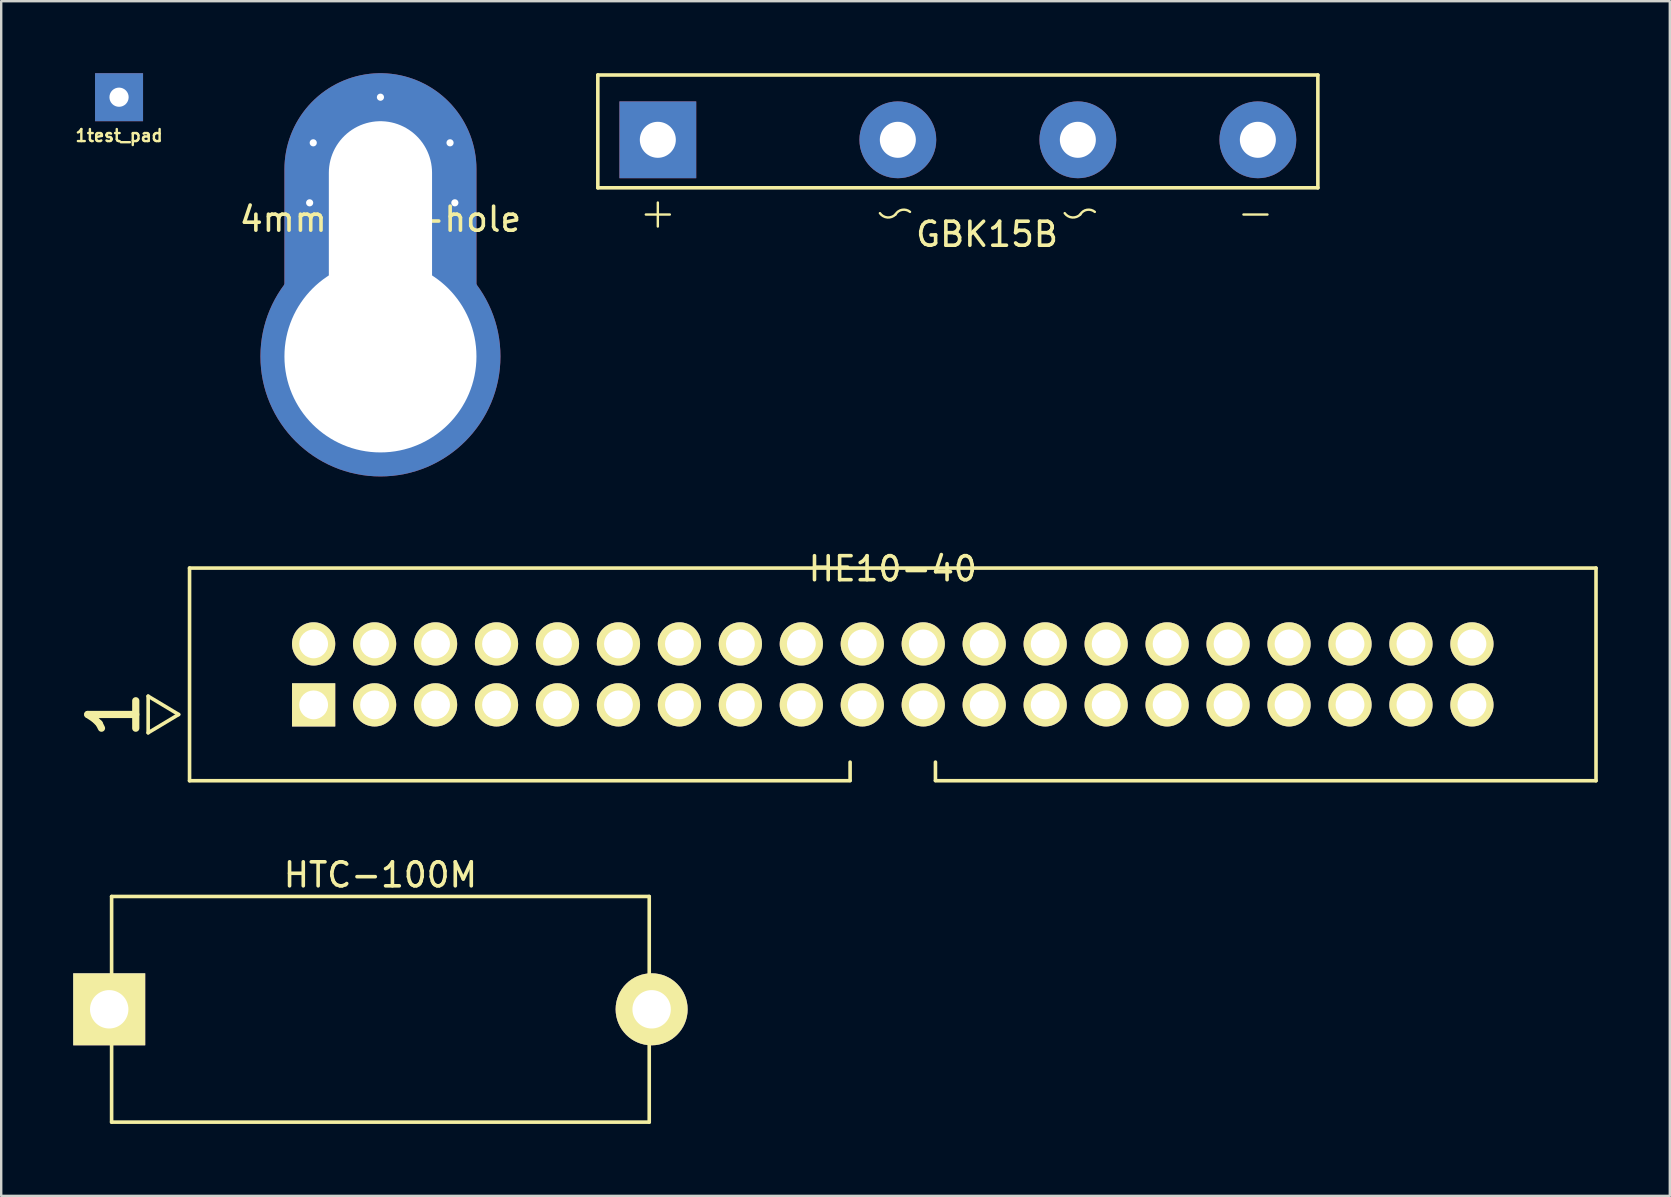
<source format=kicad_pcb>
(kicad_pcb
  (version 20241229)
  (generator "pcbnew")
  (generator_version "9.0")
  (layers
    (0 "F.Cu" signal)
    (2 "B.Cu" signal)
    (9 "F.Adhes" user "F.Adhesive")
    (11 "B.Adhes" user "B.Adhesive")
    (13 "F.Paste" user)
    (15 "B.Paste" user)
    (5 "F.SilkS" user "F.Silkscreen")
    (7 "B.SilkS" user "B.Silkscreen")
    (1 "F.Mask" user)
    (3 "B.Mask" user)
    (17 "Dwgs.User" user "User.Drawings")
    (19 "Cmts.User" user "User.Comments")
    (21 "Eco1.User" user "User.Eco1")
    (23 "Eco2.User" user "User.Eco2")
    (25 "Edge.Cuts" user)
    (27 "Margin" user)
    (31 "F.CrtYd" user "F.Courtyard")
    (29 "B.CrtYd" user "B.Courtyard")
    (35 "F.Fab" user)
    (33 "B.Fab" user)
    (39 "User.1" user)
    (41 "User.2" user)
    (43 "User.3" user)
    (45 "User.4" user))
  (footprint "GBK15B"
    (layer "F.Cu")
    (at 24.358 2.775)
    (property "Reference" "GBK15B" (at 13.716 3.937 0) (layer "F.SilkS") (effects (font (size 1 1) (thickness 0.15))))
    (attr through_hole)
    (fp_line (start -2.5 -2.7) (end -2.5 2) (stroke (width 0.15) (type solid)) (layer "F.SilkS"))
    (fp_line (start -2.5 -2.7) (end 27.5 -2.7) (stroke (width 0.15) (type solid)) (layer "F.SilkS"))
    (fp_line (start -2.5 2) (end 27.5 2) (stroke (width 0.15) (type solid)) (layer "F.SilkS"))
    (fp_line (start -0.5 3.113) (end 0.5 3.113) (stroke (width 0.1) (type solid)) (layer "F.SilkS"))
    (fp_line (start 0 2.613) (end 0 3.613) (stroke (width 0.1) (type solid)) (layer "F.SilkS"))
    (fp_line (start 24.4 3.113) (end 25.4 3.113) (stroke (width 0.1) (type solid)) (layer "F.SilkS"))
    (fp_line (start 27.5 -2.7) (end 27.5 2) (stroke (width 0.15) (type solid)) (layer "F.SilkS"))
    (fp_arc (start 9.9 3.113) (mid 9.563023 3.23565) (end 9.252463 3.056348) (stroke (width 0.1) (type solid)) (layer "F.SilkS"))
    (fp_arc (start 9.9 3.113) (mid 10.178233 2.916327) (end 10.507738 3.003047) (stroke (width 0.1) (type solid)) (layer "F.SilkS"))
    (fp_arc (start 17.6 3.113) (mid 17.263023 3.23565) (end 16.952463 3.056348) (stroke (width 0.1) (type solid)) (layer "F.SilkS"))
    (fp_arc (start 17.6 3.113) (mid 17.878233 2.916327) (end 18.207738 3.003047) (stroke (width 0.1) (type solid)) (layer "F.SilkS"))
    (pad "1" thru_hole rect (at 0 0) (size 3.2 3.2) (drill 1.5) (layers "*.Cu" "*.Mask"))
    (pad "2" thru_hole circle (at 10 0) (size 3.2 3.2) (drill 1.5) (layers "*.Cu" "*.Mask"))
    (pad "3" thru_hole circle (at 17.5 0) (size 3.2 3.2) (drill 1.5) (layers "*.Cu" "*.Mask"))
    (pad "4" thru_hole circle (at 25 0) (size 3.2 3.2) (drill 1.5) (layers "*.Cu" "*.Mask")))
  (footprint "HE10-40"
    (layer "F.Cu")
    (at 34.147 25.048)
    (property "Reference" "HE10-40" (at 0 -4.4 0) (layer "F.SilkS") (effects (font (size 1 1) (thickness 0.15))))
    (attr through_hole)
    (fp_line (start -31.024 0.908) (end -31.024 2.432) (stroke (width 0.15) (type solid)) (layer "F.SilkS"))
    (fp_line (start -31.024 2.432) (end -29.754 1.67) (stroke (width 0.15) (type solid)) (layer "F.SilkS"))
    (fp_line (start -29.754 1.67) (end -31.024 0.908) (stroke (width 0.15) (type solid)) (layer "F.SilkS"))
    (fp_line (start -29.3 -4.43) (end 29.3 -4.43) (stroke (width 0.15) (type solid)) (layer "F.SilkS"))
    (fp_line (start -29.3 4.43) (end -29.3 -4.43) (stroke (width 0.15) (type solid)) (layer "F.SilkS"))
    (fp_line (start -1.778 4.418) (end -1.778 3.656) (stroke (width 0.15) (type solid)) (layer "F.SilkS"))
    (fp_line (start -1.778 4.43) (end -29.3 4.43) (stroke (width 0.15) (type solid)) (layer "F.SilkS"))
    (fp_line (start 1.778 3.656) (end 1.778 4.418) (stroke (width 0.15) (type solid)) (layer "F.SilkS"))
    (fp_line (start 29.3 -4.43) (end 29.3 4.43) (stroke (width 0.15) (type solid)) (layer "F.SilkS"))
    (fp_line (start 29.3 4.43) (end 1.778 4.43) (stroke (width 0.15) (type solid)) (layer "F.SilkS"))
    (fp_text user "1" (at -32.45 1.67 90) (layer "F.SilkS") (effects (font (size 2 2) (thickness 0.3))))
    (pad "1" thru_hole rect (at -24.13 1.27) (size 1.8 1.8) (drill 1.2) (layers "*.Cu" "*.Mask" "F.SilkS"))
    (pad "2" thru_hole circle (at -24.13 -1.27) (size 1.8 1.8) (drill 1.2) (layers "*.Cu" "*.Mask" "F.SilkS"))
    (pad "3" thru_hole circle (at -21.59 1.27) (size 1.8 1.8) (drill 1.2) (layers "*.Cu" "*.Mask" "F.SilkS"))
    (pad "4" thru_hole circle (at -21.59 -1.27) (size 1.8 1.8) (drill 1.2) (layers "*.Cu" "*.Mask" "F.SilkS"))
    (pad "5" thru_hole circle (at -19.05 1.27) (size 1.8 1.8) (drill 1.2) (layers "*.Cu" "*.Mask" "F.SilkS"))
    (pad "6" thru_hole circle (at -19.05 -1.27) (size 1.8 1.8) (drill 1.2) (layers "*.Cu" "*.Mask" "F.SilkS"))
    (pad "7" thru_hole circle (at -16.51 1.27) (size 1.8 1.8) (drill 1.2) (layers "*.Cu" "*.Mask" "F.SilkS"))
    (pad "8" thru_hole circle (at -16.51 -1.27) (size 1.8 1.8) (drill 1.2) (layers "*.Cu" "*.Mask" "F.SilkS"))
    (pad "9" thru_hole circle (at -13.97 1.27) (size 1.8 1.8) (drill 1.2) (layers "*.Cu" "*.Mask" "F.SilkS"))
    (pad "10" thru_hole circle (at -13.97 -1.27) (size 1.8 1.8) (drill 1.2) (layers "*.Cu" "*.Mask" "F.SilkS"))
    (pad "11" thru_hole circle (at -11.43 1.27) (size 1.8 1.8) (drill 1.2) (layers "*.Cu" "*.Mask" "F.SilkS"))
    (pad "12" thru_hole circle (at -11.43 -1.27) (size 1.8 1.8) (drill 1.2) (layers "*.Cu" "*.Mask" "F.SilkS"))
    (pad "13" thru_hole circle (at -8.89 1.27) (size 1.8 1.8) (drill 1.2) (layers "*.Cu" "*.Mask" "F.SilkS"))
    (pad "14" thru_hole circle (at -8.89 -1.27) (size 1.8 1.8) (drill 1.2) (layers "*.Cu" "*.Mask" "F.SilkS"))
    (pad "15" thru_hole circle (at -6.35 1.27) (size 1.8 1.8) (drill 1.2) (layers "*.Cu" "*.Mask" "F.SilkS"))
    (pad "16" thru_hole circle (at -6.35 -1.27) (size 1.8 1.8) (drill 1.2) (layers "*.Cu" "*.Mask" "F.SilkS"))
    (pad "17" thru_hole circle (at -3.81 1.27) (size 1.8 1.8) (drill 1.2) (layers "*.Cu" "*.Mask" "F.SilkS"))
    (pad "18" thru_hole circle (at -3.81 -1.27) (size 1.8 1.8) (drill 1.2) (layers "*.Cu" "*.Mask" "F.SilkS"))
    (pad "19" thru_hole circle (at -1.27 1.27) (size 1.8 1.8) (drill 1.2) (layers "*.Cu" "*.Mask" "F.SilkS"))
    (pad "20" thru_hole circle (at -1.27 -1.27) (size 1.8 1.8) (drill 1.2) (layers "*.Cu" "*.Mask" "F.SilkS"))
    (pad "21" thru_hole circle (at 1.27 1.27) (size 1.8 1.8) (drill 1.2) (layers "*.Cu" "*.Mask" "F.SilkS"))
    (pad "22" thru_hole circle (at 1.27 -1.27) (size 1.8 1.8) (drill 1.2) (layers "*.Cu" "*.Mask" "F.SilkS"))
    (pad "23" thru_hole circle (at 3.81 1.27) (size 1.8 1.8) (drill 1.2) (layers "*.Cu" "*.Mask" "F.SilkS"))
    (pad "24" thru_hole circle (at 3.81 -1.27) (size 1.8 1.8) (drill 1.2) (layers "*.Cu" "*.Mask" "F.SilkS"))
    (pad "25" thru_hole circle (at 6.35 1.27) (size 1.8 1.8) (drill 1.2) (layers "*.Cu" "*.Mask" "F.SilkS"))
    (pad "26" thru_hole circle (at 6.35 -1.27) (size 1.8 1.8) (drill 1.2) (layers "*.Cu" "*.Mask" "F.SilkS"))
    (pad "27" thru_hole circle (at 8.89 1.27) (size 1.8 1.8) (drill 1.2) (layers "*.Cu" "*.Mask" "F.SilkS"))
    (pad "28" thru_hole circle (at 8.89 -1.27) (size 1.8 1.8) (drill 1.2) (layers "*.Cu" "*.Mask" "F.SilkS"))
    (pad "29" thru_hole circle (at 11.43 1.27) (size 1.8 1.8) (drill 1.2) (layers "*.Cu" "*.Mask" "F.SilkS"))
    (pad "30" thru_hole circle (at 11.43 -1.27) (size 1.8 1.8) (drill 1.2) (layers "*.Cu" "*.Mask" "F.SilkS"))
    (pad "31" thru_hole circle (at 13.97 1.27) (size 1.8 1.8) (drill 1.2) (layers "*.Cu" "*.Mask" "F.SilkS"))
    (pad "32" thru_hole circle (at 13.97 -1.27) (size 1.8 1.8) (drill 1.2) (layers "*.Cu" "*.Mask" "F.SilkS"))
    (pad "33" thru_hole circle (at 16.51 1.27) (size 1.8 1.8) (drill 1.2) (layers "*.Cu" "*.Mask" "F.SilkS"))
    (pad "34" thru_hole circle (at 16.51 -1.27) (size 1.8 1.8) (drill 1.2) (layers "*.Cu" "*.Mask" "F.SilkS"))
    (pad "35" thru_hole circle (at 19.05 1.27) (size 1.8 1.8) (drill 1.2) (layers "*.Cu" "*.Mask" "F.SilkS"))
    (pad "36" thru_hole circle (at 19.05 -1.27) (size 1.8 1.8) (drill 1.2) (layers "*.Cu" "*.Mask" "F.SilkS"))
    (pad "37" thru_hole circle (at 21.59 1.27) (size 1.8 1.8) (drill 1.2) (layers "*.Cu" "*.Mask" "F.SilkS"))
    (pad "38" thru_hole circle (at 21.59 -1.27) (size 1.8 1.8) (drill 1.2) (layers "*.Cu" "*.Mask" "F.SilkS"))
    (pad "39" thru_hole circle (at 24.13 1.27) (size 1.8 1.8) (drill 1.2) (layers "*.Cu" "*.Mask" "F.SilkS"))
    (pad "40" thru_hole circle (at 24.13 -1.27) (size 1.8 1.8) (drill 1.2) (layers "*.Cu" "*.Mask" "F.SilkS")))
  (footprint "HTC-100M"
    (layer "F.Cu")
    (at 12.8 39.002)
    (property "Reference" "HTC-100M" (at 0 -5.6 0) (layer "F.SilkS") (effects (font (size 1 1) (thickness 0.15))))
    (attr through_hole)
    (fp_line (start -11.2 -4.7) (end -11.2 4.7) (stroke (width 0.15) (type solid)) (layer "F.SilkS"))
    (fp_line (start -11.2 4.7) (end 11.2 4.7) (stroke (width 0.15) (type solid)) (layer "F.SilkS"))
    (fp_line (start 11.2 -4.7) (end -11.2 -4.7) (stroke (width 0.15) (type solid)) (layer "F.SilkS"))
    (fp_line (start 11.2 4.7) (end 11.2 -4.7) (stroke (width 0.15) (type solid)) (layer "F.SilkS"))
    (pad "1" thru_hole rect (at -11.3 0) (size 3 3) (drill 1.6) (layers "*.Cu" "*.Mask" "F.SilkS"))
    (pad "2" thru_hole circle (at 11.3 0) (size 3 3) (drill 1.6) (layers "*.Cu" "*.Mask" "F.SilkS")))
  (footprint "1test_pad"
    (layer "F.Cu")
    (at 1.91 1)
    (property "Reference" "1test_pad" (at 0 1.6 0) (layer "F.SilkS") (effects (font (size 0.5 0.5) (thickness 0.1))))
    (attr exclude_from_pos_files exclude_from_bom)
    (pad "1" thru_hole rect (at 0 0) (size 2 2) (drill 0.8) (layers "*.Cu" "*.Mask")))
  (footprint "4mm-key-hole"
    (layer "F.Cu")
    (at 12.801 4.15)
    (property "Reference" "4mm-key-hole" (at 0 1.935 0) (layer "F.SilkS") (effects (font (size 1 1) (thickness 0.15))))
    (attr exclude_from_pos_files exclude_from_bom)
    (pad "1" thru_hole circle (at -2.95 1.25) (size 0.6 0.6) (drill 0.3) (layers "*.Cu" "*.Mask"))
    (pad "1" thru_hole circle (at -2.8 -1.25) (size 0.6 0.6) (drill 0.3) (layers "*.Cu" "*.Mask"))
    (pad "1" thru_hole circle (at 0 -3.15) (size 0.6 0.6) (drill 0.3) (layers "*.Cu" "*.Mask"))
    (pad "1" thru_hole oval (at 0 2.85) (size 8 14) (drill oval 4.3 10) (layers "*.Cu" "*.Mask"))
    (pad "1" thru_hole circle (at 0 7.65) (size 10 10) (drill 8) (layers "*.Cu" "*.Mask"))
    (pad "1" thru_hole circle (at 2.9 -1.25) (size 0.6 0.6) (drill 0.3) (layers "*.Cu" "*.Mask"))
    (pad "1" thru_hole circle (at 3.1 1.25) (size 0.6 0.6) (drill 0.3) (layers "*.Cu" "*.Mask")))
  (gr_rect
    (start -3 -3)
    (end 66.522 46.776)
    (stroke (width 0.1) (type default))
    (fill no)
    (layer "Edge.Cuts")))
</source>
